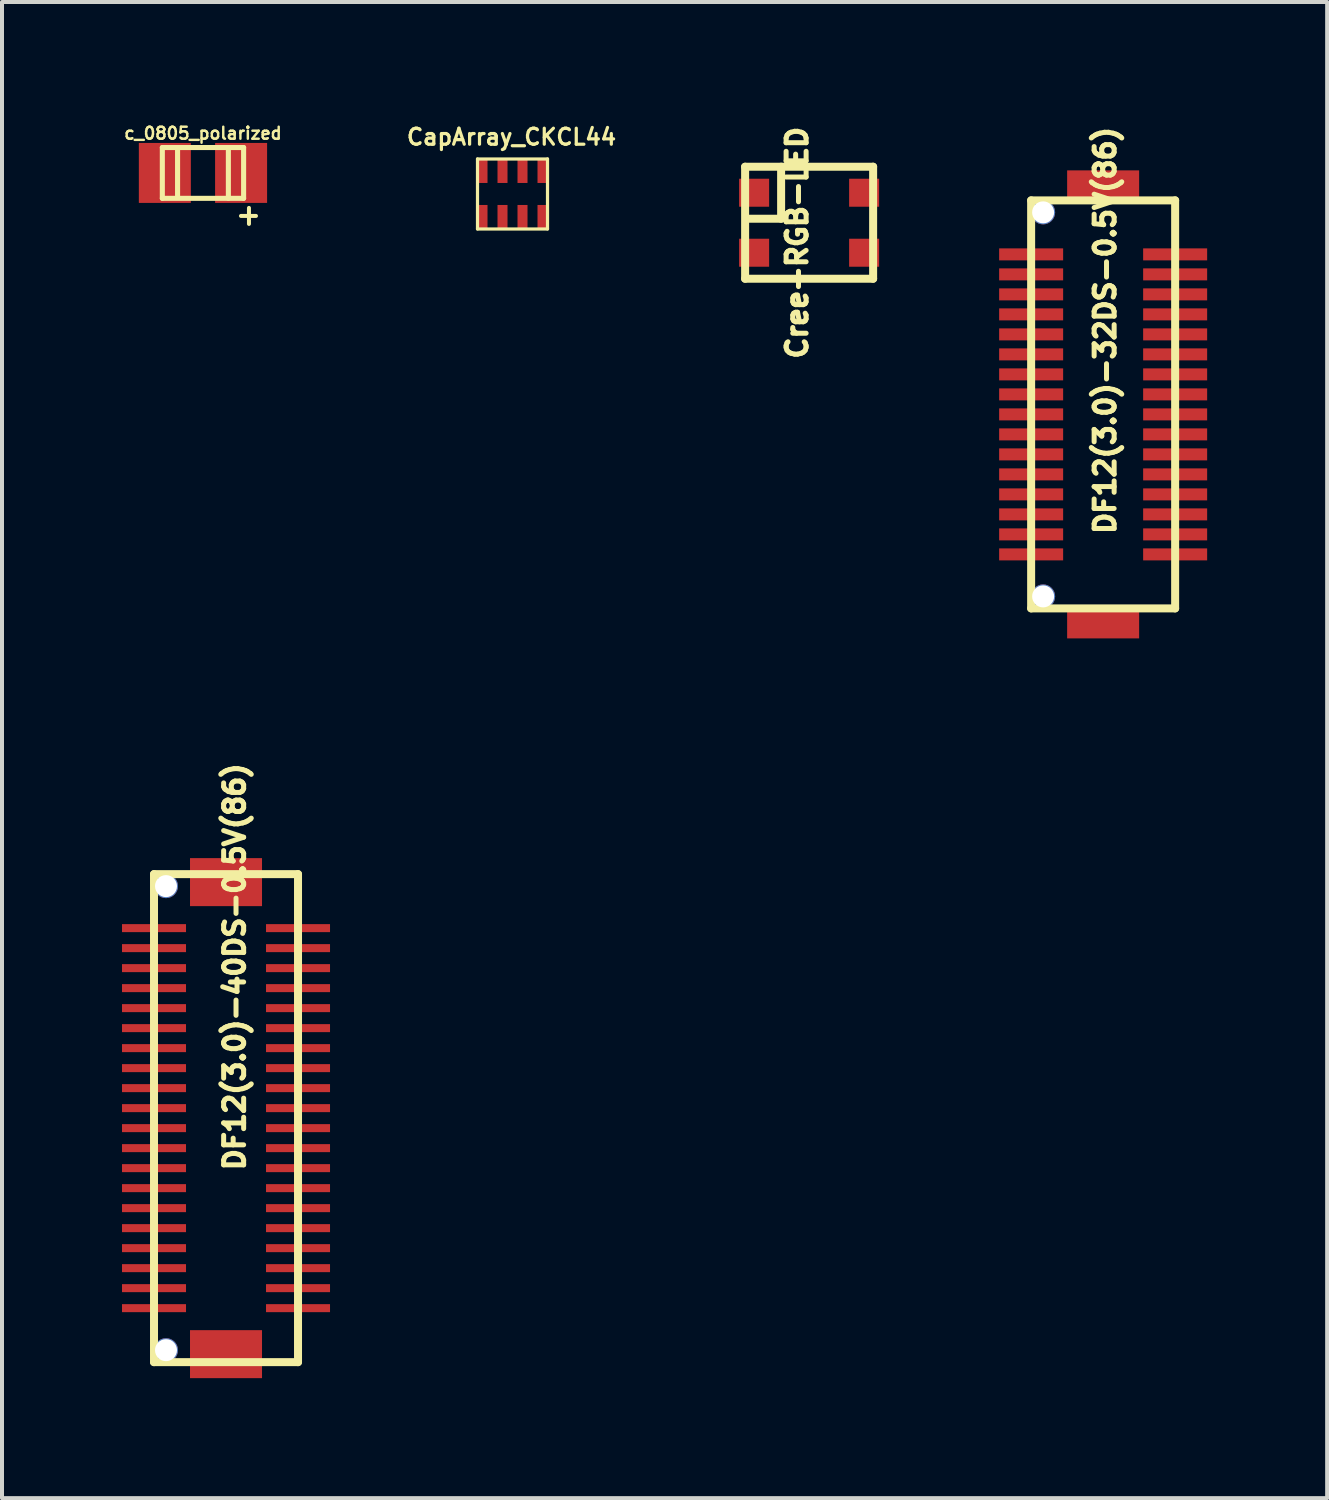
<source format=kicad_pcb>
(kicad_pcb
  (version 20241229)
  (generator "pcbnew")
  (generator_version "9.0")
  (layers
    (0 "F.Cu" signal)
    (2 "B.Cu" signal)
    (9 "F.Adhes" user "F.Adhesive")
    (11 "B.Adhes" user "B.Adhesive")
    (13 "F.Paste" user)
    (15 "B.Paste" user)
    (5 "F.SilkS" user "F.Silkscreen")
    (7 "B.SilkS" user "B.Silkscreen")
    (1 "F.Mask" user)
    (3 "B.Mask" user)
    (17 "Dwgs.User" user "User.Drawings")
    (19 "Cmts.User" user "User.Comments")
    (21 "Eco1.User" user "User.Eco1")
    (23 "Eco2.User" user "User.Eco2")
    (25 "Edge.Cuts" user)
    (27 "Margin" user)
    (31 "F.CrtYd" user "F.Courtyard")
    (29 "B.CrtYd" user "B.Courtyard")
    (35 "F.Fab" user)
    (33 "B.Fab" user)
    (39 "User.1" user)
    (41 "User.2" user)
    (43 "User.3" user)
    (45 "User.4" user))
  (footprint "c_0805_polarized"
    (layer "F.Cu")
    (at 2.024 1.273)
    (property "Reference" "c_0805_polarized" (at 0 -0.991 0) (layer "F.SilkS") (effects (font (size 0.3 0.3) (thickness 0.061))))
    (attr smd)
    (fp_line (start -1.016 -0.635) (end 1.016 -0.635) (stroke (width 0.127) (type solid)) (layer "F.SilkS"))
    (fp_line (start -1.016 0.635) (end -1.016 -0.635) (stroke (width 0.127) (type solid)) (layer "F.SilkS"))
    (fp_line (start -0.635 -0.635) (end -0.635 0.61) (stroke (width 0.127) (type solid)) (layer "F.SilkS"))
    (fp_line (start 0.635 -0.635) (end 0.635 0.635) (stroke (width 0.127) (type solid)) (layer "F.SilkS"))
    (fp_line (start 0.95 1.075) (end 1.325 1.075) (stroke (width 0.1) (type solid)) (layer "F.SilkS"))
    (fp_line (start 1.016 -0.635) (end 1.016 0.635) (stroke (width 0.127) (type solid)) (layer "F.SilkS"))
    (fp_line (start 1.016 0.635) (end -1.016 0.635) (stroke (width 0.127) (type solid)) (layer "F.SilkS"))
    (fp_line (start 1.15 1.275) (end 1.15 0.875) (stroke (width 0.1) (type solid)) (layer "F.SilkS"))
    (pad "1" smd rect (at 0.953 0) (size 1.3 1.499) (layers "F.Cu" "F.Mask" "F.Paste"))
    (pad "2" smd rect (at -0.953 0) (size 1.3 1.499) (layers "F.Cu" "F.Mask" "F.Paste")))
  (footprint "DF12(3.0)-40DS-0.5V(86)"
    (layer "F.Cu")
    (at 2.6 24.902)
    (property "Reference" "DF12(3.0)-40DS-0.5V(86)" (at 0.216 -3.785 90) (layer "F.SilkS") (effects (font (size 0.5 0.5) (thickness 0.125))))
    (attr through_hole)
    (fp_line (start -1.8 -6.1) (end -1.8 6.1) (stroke (width 0.2) (type solid)) (layer "F.SilkS"))
    (fp_line (start -1.8 -6.1) (end 1.8 -6.1) (stroke (width 0.2) (type solid)) (layer "F.SilkS"))
    (fp_line (start 1.8 6.1) (end -1.8 6.1) (stroke (width 0.2) (type solid)) (layer "F.SilkS"))
    (fp_line (start 1.8 6.1) (end 1.8 -6.1) (stroke (width 0.2) (type solid)) (layer "F.SilkS"))
    (pad "" np_thru_hole circle (at -1.5 -5.8) (size 0.6 0.6) (drill 0.55) (layers "*.Cu"))
    (pad "" np_thru_hole circle (at -1.5 5.8) (size 0.6 0.6) (drill 0.55) (layers "*.Cu"))
    (pad "1" smd rect (at -1.8 -4.75) (size 1.6 0.2) (layers "F.Cu" "F.Mask" "F.Paste"))
    (pad "2" smd rect (at -1.8 -4.25) (size 1.6 0.2) (layers "F.Cu" "F.Mask" "F.Paste"))
    (pad "3" smd rect (at -1.8 -3.75) (size 1.6 0.2) (layers "F.Cu" "F.Mask" "F.Paste"))
    (pad "4" smd rect (at -1.8 -3.25) (size 1.6 0.2) (layers "F.Cu" "F.Mask" "F.Paste"))
    (pad "5" smd rect (at -1.8 -2.75) (size 1.6 0.2) (layers "F.Cu" "F.Mask" "F.Paste"))
    (pad "6" smd rect (at -1.8 -2.25) (size 1.6 0.2) (layers "F.Cu" "F.Mask" "F.Paste"))
    (pad "7" smd rect (at -1.8 -1.75) (size 1.6 0.2) (layers "F.Cu" "F.Mask" "F.Paste"))
    (pad "8" smd rect (at -1.8 -1.25) (size 1.6 0.2) (layers "F.Cu" "F.Mask" "F.Paste"))
    (pad "9" smd rect (at -1.8 -0.75) (size 1.6 0.2) (layers "F.Cu" "F.Mask" "F.Paste"))
    (pad "10" smd rect (at -1.8 -0.25) (size 1.6 0.2) (layers "F.Cu" "F.Mask" "F.Paste"))
    (pad "11" smd rect (at -1.8 0.25) (size 1.6 0.2) (layers "F.Cu" "F.Mask" "F.Paste"))
    (pad "12" smd rect (at -1.8 0.75) (size 1.6 0.2) (layers "F.Cu" "F.Mask" "F.Paste"))
    (pad "13" smd rect (at -1.8 1.25) (size 1.6 0.2) (layers "F.Cu" "F.Mask" "F.Paste"))
    (pad "14" smd rect (at -1.8 1.75) (size 1.6 0.2) (layers "F.Cu" "F.Mask" "F.Paste"))
    (pad "15" smd rect (at -1.8 2.25) (size 1.6 0.2) (layers "F.Cu" "F.Mask" "F.Paste"))
    (pad "16" smd rect (at -1.8 2.75) (size 1.6 0.2) (layers "F.Cu" "F.Mask" "F.Paste"))
    (pad "17" smd rect (at -1.8 3.25) (size 1.6 0.2) (layers "F.Cu" "F.Mask" "F.Paste"))
    (pad "18" smd rect (at -1.8 3.75) (size 1.6 0.2) (layers "F.Cu" "F.Mask" "F.Paste"))
    (pad "19" smd rect (at -1.8 4.25) (size 1.6 0.2) (layers "F.Cu" "F.Mask" "F.Paste"))
    (pad "20" smd rect (at -1.8 4.75) (size 1.6 0.2) (layers "F.Cu" "F.Mask" "F.Paste"))
    (pad "21" smd rect (at 1.8 4.75) (size 1.6 0.2) (layers "F.Cu" "F.Mask" "F.Paste"))
    (pad "22" smd rect (at 1.8 4.25) (size 1.6 0.2) (layers "F.Cu" "F.Mask" "F.Paste"))
    (pad "23" smd rect (at 1.8 3.75) (size 1.6 0.2) (layers "F.Cu" "F.Mask" "F.Paste"))
    (pad "24" smd rect (at 1.8 3.25) (size 1.6 0.2) (layers "F.Cu" "F.Mask" "F.Paste"))
    (pad "25" smd rect (at 1.8 2.75) (size 1.6 0.2) (layers "F.Cu" "F.Mask" "F.Paste"))
    (pad "26" smd rect (at 1.8 2.25) (size 1.6 0.2) (layers "F.Cu" "F.Mask" "F.Paste"))
    (pad "27" smd rect (at 1.8 1.75) (size 1.6 0.2) (layers "F.Cu" "F.Mask" "F.Paste"))
    (pad "28" smd rect (at 1.8 1.25) (size 1.6 0.2) (layers "F.Cu" "F.Mask" "F.Paste"))
    (pad "29" smd rect (at 1.8 0.75) (size 1.6 0.2) (layers "F.Cu" "F.Mask" "F.Paste"))
    (pad "30" smd rect (at 1.8 0.25) (size 1.6 0.2) (layers "F.Cu" "F.Mask" "F.Paste"))
    (pad "31" smd rect (at 1.8 -0.25) (size 1.6 0.2) (layers "F.Cu" "F.Mask" "F.Paste"))
    (pad "32" smd rect (at 1.8 -0.75) (size 1.6 0.2) (layers "F.Cu" "F.Mask" "F.Paste"))
    (pad "33" smd rect (at 1.8 -1.25) (size 1.6 0.2) (layers "F.Cu" "F.Mask" "F.Paste"))
    (pad "34" smd rect (at 1.8 -1.75) (size 1.6 0.2) (layers "F.Cu" "F.Mask" "F.Paste"))
    (pad "35" smd rect (at 1.8 -2.25) (size 1.6 0.2) (layers "F.Cu" "F.Mask" "F.Paste"))
    (pad "36" smd rect (at 1.8 -2.75) (size 1.6 0.2) (layers "F.Cu" "F.Mask" "F.Paste"))
    (pad "37" smd rect (at 1.8 -3.25) (size 1.6 0.2) (layers "F.Cu" "F.Mask" "F.Paste"))
    (pad "38" smd rect (at 1.8 -3.75) (size 1.6 0.2) (layers "F.Cu" "F.Mask" "F.Paste"))
    (pad "39" smd rect (at 1.8 -4.25) (size 1.6 0.2) (layers "F.Cu" "F.Mask" "F.Paste"))
    (pad "40" smd rect (at 1.8 -4.75) (size 1.6 0.2) (layers "F.Cu" "F.Mask" "F.Paste"))
    (pad "N0" smd rect (at 0 -5.9) (size 1.8 1.2) (layers "F.Cu" "F.Mask" "F.Paste"))
    (pad "N1" smd rect (at 0 5.9) (size 1.8 1.2) (layers "F.Cu" "F.Mask" "F.Paste")))
  (footprint "Cree-RGB-LED"
    (layer "F.Cu")
    (at 17.177 2.518)
    (property "Reference" "Cree-RGB-LED" (at -0.3 0.5 90) (layer "F.SilkS") (effects (font (size 0.5 0.5) (thickness 0.125))))
    (attr through_hole)
    (fp_line (start -1.6 -1.4) (end -1.6 1.4) (stroke (width 0.2) (type solid)) (layer "F.SilkS"))
    (fp_line (start -1.6 -1.4) (end 1.6 -1.4) (stroke (width 0.2) (type solid)) (layer "F.SilkS"))
    (fp_line (start -1.6 1.4) (end 1.6 1.4) (stroke (width 0.2) (type solid)) (layer "F.SilkS"))
    (fp_line (start -1.5 -0.1) (end -0.7 -0.1) (stroke (width 0.2) (type solid)) (layer "F.SilkS"))
    (fp_line (start -0.7 -0.1) (end -0.7 -1.4) (stroke (width 0.2) (type solid)) (layer "F.SilkS"))
    (fp_line (start 1.6 -1.4) (end 1.6 1.4) (stroke (width 0.2) (type solid)) (layer "F.SilkS"))
    (pad "1" smd rect (at -1.375 -0.75) (size 0.75 0.7) (layers "F.Cu" "F.Mask" "F.Paste"))
    (pad "2" smd rect (at -1.375 0.75) (size 0.75 0.7) (layers "F.Cu" "F.Mask" "F.Paste"))
    (pad "3" smd rect (at 1.375 0.75) (size 0.75 0.7) (layers "F.Cu" "F.Mask" "F.Paste"))
    (pad "4" smd rect (at 1.375 -0.75) (size 0.75 0.7) (layers "F.Cu" "F.Mask" "F.Paste")))
  (footprint "CapArray_CKCL44"
    (layer "F.Cu")
    (at 9.762 1.799)
    (property "Reference" "CapArray_CKCL44" (at -0.025 -1.425 0) (layer "F.SilkS") (effects (font (size 0.4 0.4) (thickness 0.08))))
    (attr smd)
    (fp_line (start -0.875 -0.875) (end -0.875 0.875) (stroke (width 0.08) (type solid)) (layer "F.SilkS"))
    (fp_line (start -0.875 -0.875) (end 0.875 -0.875) (stroke (width 0.08) (type solid)) (layer "F.SilkS"))
    (fp_line (start 0.875 -0.875) (end 0.875 0.875) (stroke (width 0.08) (type solid)) (layer "F.SilkS"))
    (fp_line (start 0.875 0.875) (end -0.875 0.875) (stroke (width 0.08) (type solid)) (layer "F.SilkS"))
    (pad "1" smd rect (at -0.75 0.575) (size 0.25 0.6) (layers "F.Cu" "F.Mask" "F.Paste"))
    (pad "2" smd rect (at -0.75 -0.575) (size 0.25 0.6) (layers "F.Cu" "F.Mask" "F.Paste"))
    (pad "3" smd rect (at -0.25 0.575) (size 0.25 0.6) (layers "F.Cu" "F.Mask" "F.Paste"))
    (pad "4" smd rect (at -0.25 -0.575) (size 0.25 0.6) (layers "F.Cu" "F.Mask" "F.Paste"))
    (pad "5" smd rect (at 0.25 0.575) (size 0.25 0.6) (layers "F.Cu" "F.Mask" "F.Paste"))
    (pad "6" smd rect (at 0.25 -0.575) (size 0.25 0.6) (layers "F.Cu" "F.Mask" "F.Paste"))
    (pad "7" smd rect (at 0.75 0.575) (size 0.25 0.6) (layers "F.Cu" "F.Mask" "F.Paste"))
    (pad "8" smd rect (at 0.75 -0.575) (size 0.25 0.6) (layers "F.Cu" "F.Mask" "F.Paste")))
  (footprint "DF12(3.0)-32DS-0.5V(86)"
    (layer "F.Cu")
    (at 24.527 8.059)
    (property "Reference" "DF12(3.0)-32DS-0.5V(86)" (at 0.05 -2.85 90) (layer "F.SilkS") (effects (font (size 0.5 0.5) (thickness 0.125))))
    (attr through_hole)
    (fp_line (start -1.8 -6.1) (end -1.8 4.1) (stroke (width 0.2) (type solid)) (layer "F.SilkS"))
    (fp_line (start -1.8 -6.1) (end 1.8 -6.1) (stroke (width 0.2) (type solid)) (layer "F.SilkS"))
    (fp_line (start 1.8 4.1) (end -1.8 4.1) (stroke (width 0.2) (type solid)) (layer "F.SilkS"))
    (fp_line (start 1.8 4.1) (end 1.8 -6.1) (stroke (width 0.2) (type solid)) (layer "F.SilkS"))
    (pad "" np_thru_hole circle (at -1.5 -5.8) (size 0.6 0.6) (drill 0.55) (layers "*.Cu"))
    (pad "" np_thru_hole circle (at -1.5 3.8) (size 0.6 0.6) (drill 0.55) (layers "*.Cu"))
    (pad "1" smd rect (at -1.8 -4.75) (size 1.6 0.3) (layers "F.Cu" "F.Mask" "F.Paste"))
    (pad "2" smd rect (at -1.8 -4.25) (size 1.6 0.3) (layers "F.Cu" "F.Mask" "F.Paste"))
    (pad "3" smd rect (at -1.8 -3.75) (size 1.6 0.3) (layers "F.Cu" "F.Mask" "F.Paste"))
    (pad "4" smd rect (at -1.8 -3.25) (size 1.6 0.3) (layers "F.Cu" "F.Mask" "F.Paste"))
    (pad "5" smd rect (at -1.8 -2.75) (size 1.6 0.3) (layers "F.Cu" "F.Mask" "F.Paste"))
    (pad "6" smd rect (at -1.8 -2.25) (size 1.6 0.3) (layers "F.Cu" "F.Mask" "F.Paste"))
    (pad "7" smd rect (at -1.8 -1.75) (size 1.6 0.3) (layers "F.Cu" "F.Mask" "F.Paste"))
    (pad "8" smd rect (at -1.8 -1.25) (size 1.6 0.3) (layers "F.Cu" "F.Mask" "F.Paste"))
    (pad "9" smd rect (at -1.8 -0.75) (size 1.6 0.3) (layers "F.Cu" "F.Mask" "F.Paste"))
    (pad "10" smd rect (at -1.8 -0.25) (size 1.6 0.3) (layers "F.Cu" "F.Mask" "F.Paste"))
    (pad "11" smd rect (at -1.8 0.25) (size 1.6 0.3) (layers "F.Cu" "F.Mask" "F.Paste"))
    (pad "12" smd rect (at -1.8 0.75) (size 1.6 0.3) (layers "F.Cu" "F.Mask" "F.Paste"))
    (pad "13" smd rect (at -1.8 1.25) (size 1.6 0.3) (layers "F.Cu" "F.Mask" "F.Paste"))
    (pad "14" smd rect (at -1.8 1.75) (size 1.6 0.3) (layers "F.Cu" "F.Mask" "F.Paste"))
    (pad "15" smd rect (at -1.8 2.25) (size 1.6 0.3) (layers "F.Cu" "F.Mask" "F.Paste"))
    (pad "16" smd rect (at -1.8 2.75) (size 1.6 0.3) (layers "F.Cu" "F.Mask" "F.Paste"))
    (pad "17" smd rect (at 1.8 2.75) (size 1.6 0.3) (layers "F.Cu" "F.Mask" "F.Paste"))
    (pad "18" smd rect (at 1.8 2.25) (size 1.6 0.3) (layers "F.Cu" "F.Mask" "F.Paste"))
    (pad "19" smd rect (at 1.8 1.75) (size 1.6 0.3) (layers "F.Cu" "F.Mask" "F.Paste"))
    (pad "20" smd rect (at 1.8 1.25) (size 1.6 0.3) (layers "F.Cu" "F.Mask" "F.Paste"))
    (pad "21" smd rect (at 1.8 0.75) (size 1.6 0.3) (layers "F.Cu" "F.Mask" "F.Paste"))
    (pad "22" smd rect (at 1.8 0.25) (size 1.6 0.3) (layers "F.Cu" "F.Mask" "F.Paste"))
    (pad "23" smd rect (at 1.8 -0.25) (size 1.6 0.3) (layers "F.Cu" "F.Mask" "F.Paste"))
    (pad "24" smd rect (at 1.8 -0.75) (size 1.6 0.3) (layers "F.Cu" "F.Mask" "F.Paste"))
    (pad "25" smd rect (at 1.8 -1.25) (size 1.6 0.3) (layers "F.Cu" "F.Mask" "F.Paste"))
    (pad "26" smd rect (at 1.8 -1.75) (size 1.6 0.3) (layers "F.Cu" "F.Mask" "F.Paste"))
    (pad "27" smd rect (at 1.8 -2.25) (size 1.6 0.3) (layers "F.Cu" "F.Mask" "F.Paste"))
    (pad "28" smd rect (at 1.8 -2.75) (size 1.6 0.3) (layers "F.Cu" "F.Mask" "F.Paste"))
    (pad "29" smd rect (at 1.8 -3.25) (size 1.6 0.3) (layers "F.Cu" "F.Mask" "F.Paste"))
    (pad "30" smd rect (at 1.8 -3.75) (size 1.6 0.3) (layers "F.Cu" "F.Mask" "F.Paste"))
    (pad "31" smd rect (at 1.8 -4.25) (size 1.6 0.3) (layers "F.Cu" "F.Mask" "F.Paste"))
    (pad "32" smd rect (at 1.8 -4.75) (size 1.6 0.3) (layers "F.Cu" "F.Mask" "F.Paste"))
    (pad "N0" smd rect (at 0 -6.45) (size 1.8 0.8) (layers "F.Cu" "F.Mask" "F.Paste"))
    (pad "N1" smd rect (at 0 4.45) (size 1.8 0.8) (layers "F.Cu" "F.Mask" "F.Paste")))
  (gr_rect
    (start -3 -3)
    (end 30.127 34.402)
    (stroke (width 0.1) (type default))
    (fill no)
    (layer "Edge.Cuts")))
</source>
